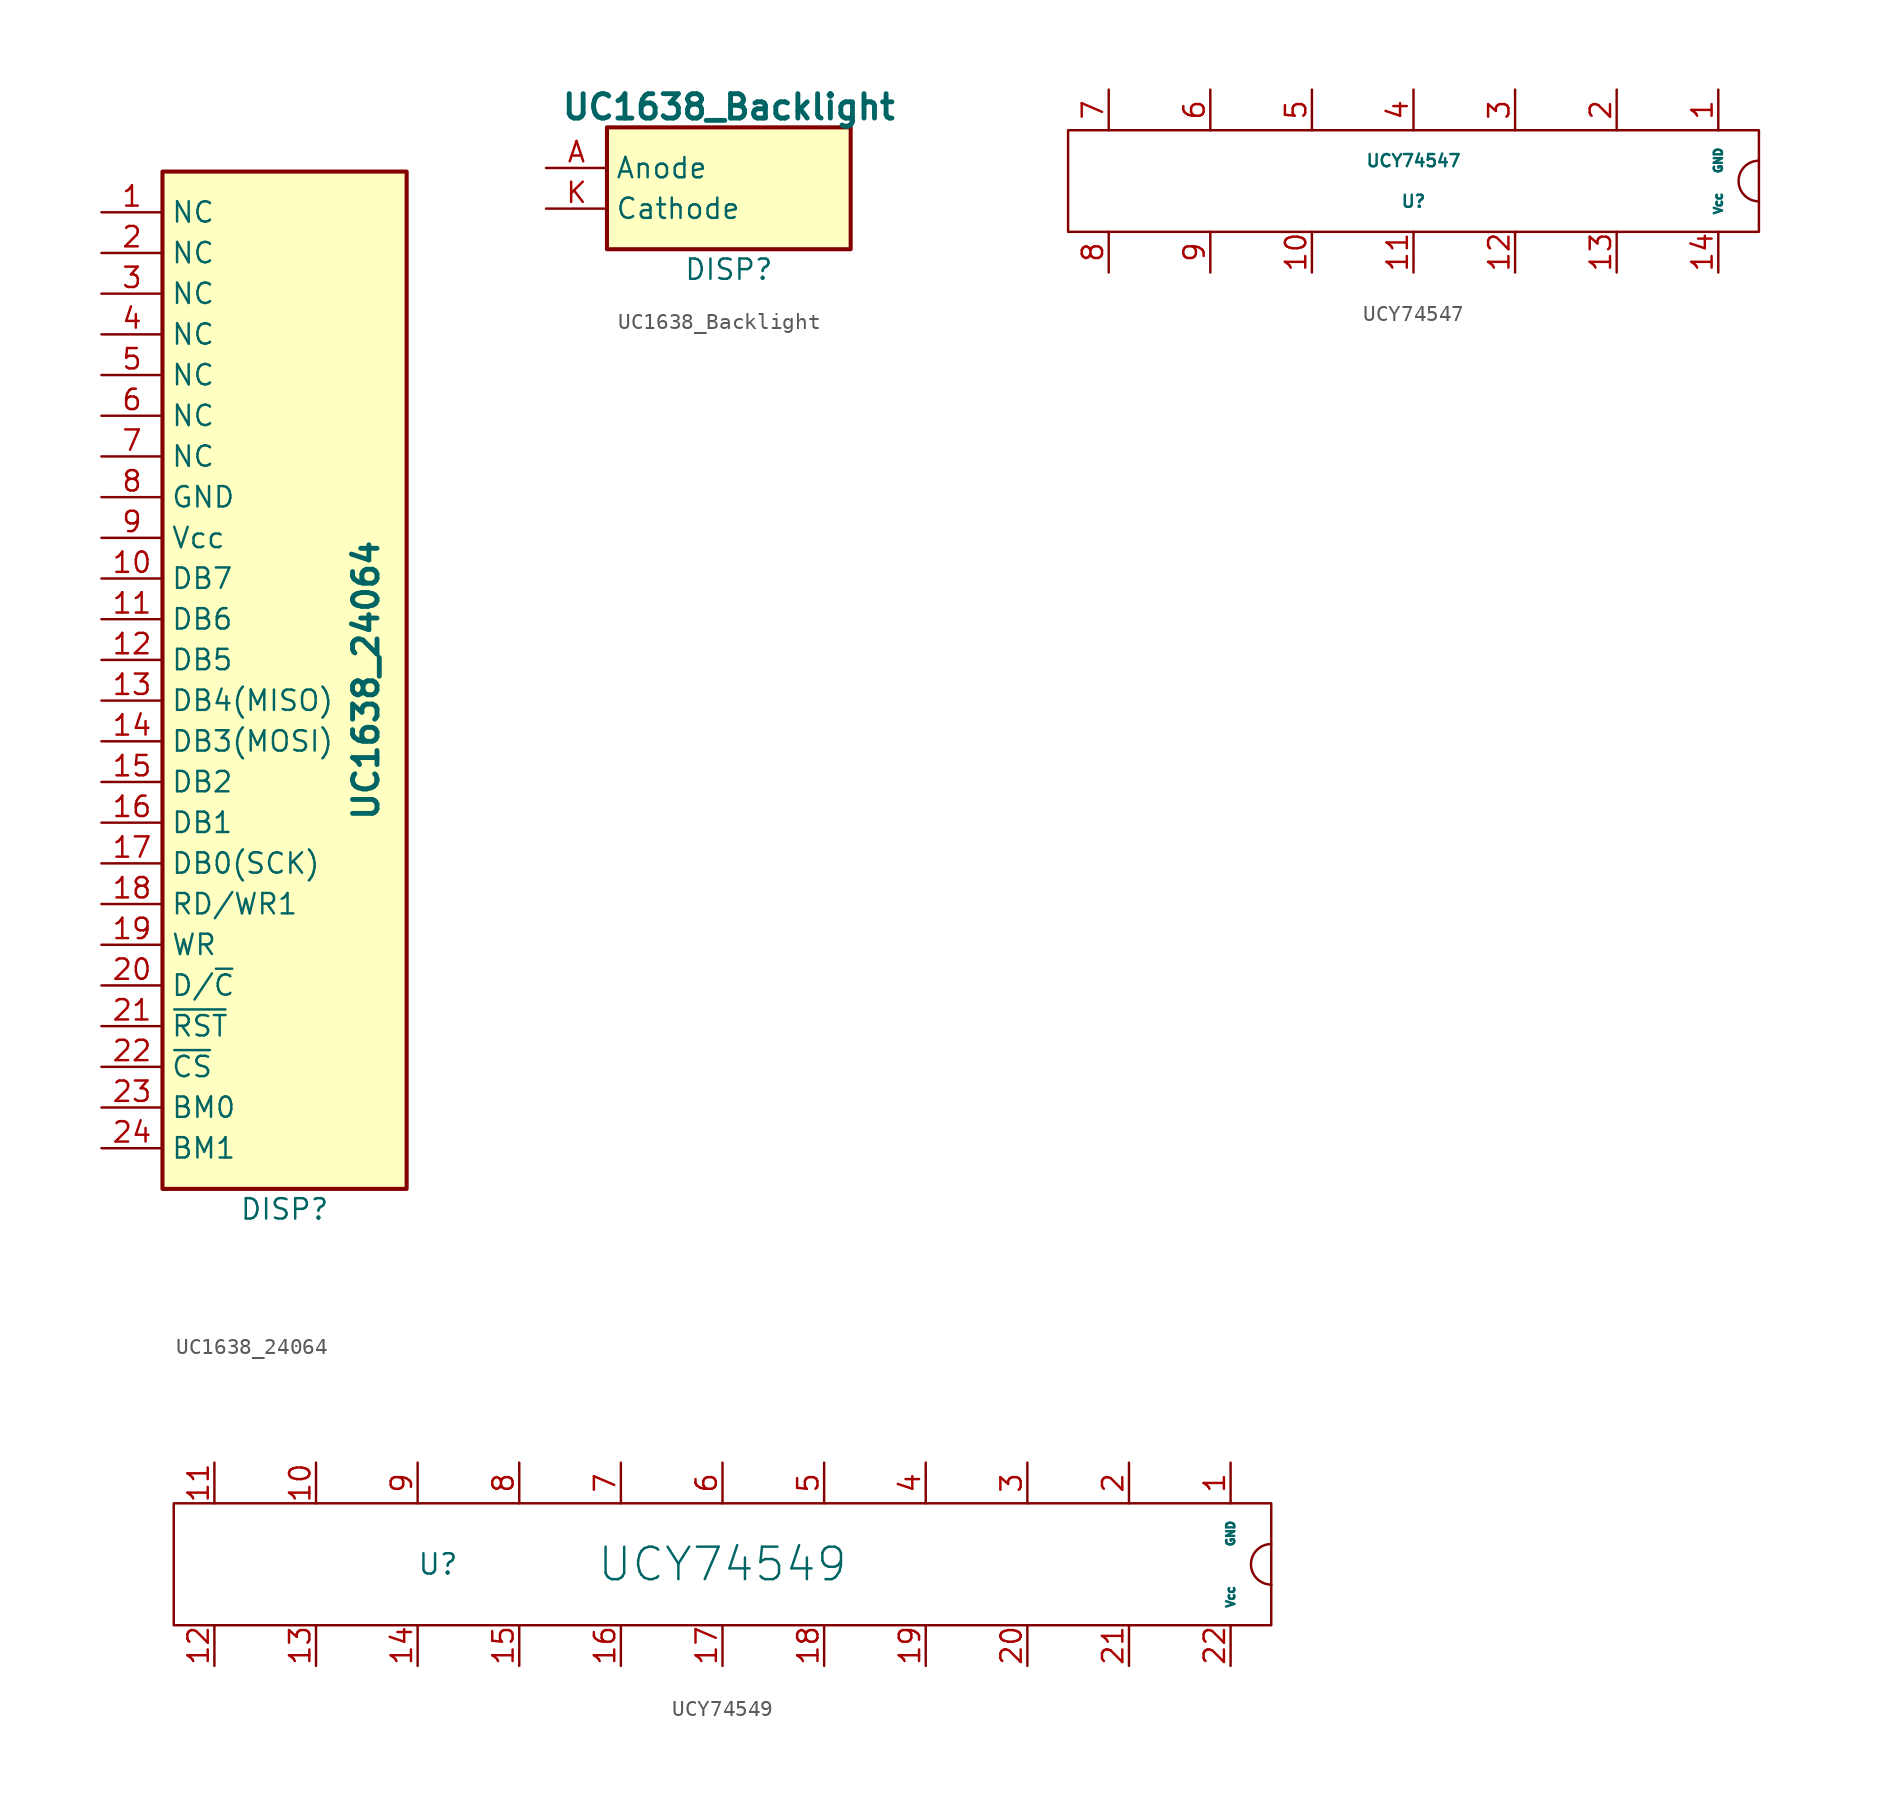
<source format=kicad_sym>
(kicad_symbol_lib
  (version 20231120)
  (generator "kicad_symbol_editor")
  (generator_version "8.0")
  (symbol "UC1638_24064"
    (property "Reference" "DISP"
      (at 0 -33.02 0)
      (effects (font (size 1.27 1.27))))
    (property "Value" "UC1638_24064"
      (at 5.08 0 90)
      (effects (font (size 1.524 1.524) (bold yes))))
    (symbol "UC1638_24064_1_1"
      (rectangle (start -7.62 31.75) (end 7.62 -31.75) (stroke (width 0.254) (type default)) (fill (type background)))
      (pin passive line (at -11.43 29.21 0) (length 3.81) (name "NC" (effects (font (size 1.27 1.27)))) (number "1" (effects (font (size 1.27 1.27)))))
      (pin passive line (at -11.43 6.35 0) (length 3.81) (name "DB7" (effects (font (size 1.27 1.27)))) (number "10" (effects (font (size 1.27 1.27)))))
      (pin passive line (at -11.43 3.81 0) (length 3.81) (name "DB6" (effects (font (size 1.27 1.27)))) (number "11" (effects (font (size 1.27 1.27)))))
      (pin passive line (at -11.43 1.27 0) (length 3.81) (name "DB5" (effects (font (size 1.27 1.27)))) (number "12" (effects (font (size 1.27 1.27)))))
      (pin passive line (at -11.43 -1.27 0) (length 3.81) (name "DB4(MISO)" (effects (font (size 1.27 1.27)))) (number "13" (effects (font (size 1.27 1.27)))))
      (pin passive line (at -11.43 -3.81 0) (length 3.81) (name "DB3(MOSI)" (effects (font (size 1.27 1.27)))) (number "14" (effects (font (size 1.27 1.27)))))
      (pin passive line (at -11.43 -6.35 0) (length 3.81) (name "DB2" (effects (font (size 1.27 1.27)))) (number "15" (effects (font (size 1.27 1.27)))))
      (pin passive line (at -11.43 -8.89 0) (length 3.81) (name "DB1" (effects (font (size 1.27 1.27)))) (number "16" (effects (font (size 1.27 1.27)))))
      (pin passive line (at -11.43 -11.43 0) (length 3.81) (name "DB0(SCK)" (effects (font (size 1.27 1.27)))) (number "17" (effects (font (size 1.27 1.27)))))
      (pin passive line (at -11.43 -13.97 0) (length 3.81) (name "RD/WR1" (effects (font (size 1.27 1.27)))) (number "18" (effects (font (size 1.27 1.27)))))
      (pin passive line (at -11.43 -16.51 0) (length 3.81) (name "WR" (effects (font (size 1.27 1.27)))) (number "19" (effects (font (size 1.27 1.27)))))
      (pin passive line (at -11.43 26.67 0) (length 3.81) (name "NC" (effects (font (size 1.27 1.27)))) (number "2" (effects (font (size 1.27 1.27)))))
      (pin passive line (at -11.43 -19.05 0) (length 3.81) (name "D/~{C}" (effects (font (size 1.27 1.27)))) (number "20" (effects (font (size 1.27 1.27)))))
      (pin passive line (at -11.43 -21.59 0) (length 3.81) (name "~{RST}" (effects (font (size 1.27 1.27)))) (number "21" (effects (font (size 1.27 1.27)))))
      (pin passive line (at -11.43 -24.13 0) (length 3.81) (name "~{CS}" (effects (font (size 1.27 1.27)))) (number "22" (effects (font (size 1.27 1.27)))))
      (pin passive line (at -11.43 -26.67 0) (length 3.81) (name "BM0" (effects (font (size 1.27 1.27)))) (number "23" (effects (font (size 1.27 1.27)))))
      (pin passive line (at -11.43 -29.21 0) (length 3.81) (name "BM1" (effects (font (size 1.27 1.27)))) (number "24" (effects (font (size 1.27 1.27)))))
      (pin passive line (at -11.43 24.13 0) (length 3.81) (name "NC" (effects (font (size 1.27 1.27)))) (number "3" (effects (font (size 1.27 1.27)))))
      (pin passive line (at -11.43 21.59 0) (length 3.81) (name "NC" (effects (font (size 1.27 1.27)))) (number "4" (effects (font (size 1.27 1.27)))))
      (pin passive line (at -11.43 19.05 0) (length 3.81) (name "NC" (effects (font (size 1.27 1.27)))) (number "5" (effects (font (size 1.27 1.27)))))
      (pin passive line (at -11.43 16.51 0) (length 3.81) (name "NC" (effects (font (size 1.27 1.27)))) (number "6" (effects (font (size 1.27 1.27)))))
      (pin passive line (at -11.43 13.97 0) (length 3.81) (name "NC" (effects (font (size 1.27 1.27)))) (number "7" (effects (font (size 1.27 1.27)))))
      (pin passive line (at -11.43 11.43 0) (length 3.81) (name "GND" (effects (font (size 1.27 1.27)))) (number "8" (effects (font (size 1.27 1.27)))))
      (pin passive line (at -11.43 8.89 0) (length 3.81) (name "Vcc" (effects (font (size 1.27 1.27)))) (number "9" (effects (font (size 1.27 1.27)))))))
  (symbol "UC1638_Backlight"
    (property "Reference" "DISP"
      (at 0 -5.08 0)
      (effects (font (size 1.27 1.27))))
    (property "Value" "UC1638_Backlight"
      (at 0 5.08 0)
      (effects (font (size 1.524 1.524) (bold yes))))
    (symbol "UC1638_Backlight_1_1"
      (rectangle (start -7.62 3.81) (end 7.62 -3.81) (stroke (width 0.254) (type default)) (fill (type background)))
      (pin passive line (at -11.43 1.27 0) (length 3.81) (name "Anode" (effects (font (size 1.27 1.27)))) (number "A" (effects (font (size 1.27 1.27)))))
      (pin passive line (at -11.43 -1.27 0) (length 3.81) (name "Cathode" (effects (font (size 1.27 1.27)))) (number "K" (effects (font (size 1.27 1.27)))))))
  (symbol "UCY74547"
    (pin_names
      (offset 1.016))
    (property "Reference" "U"
      (at 0 -1.27 0)
      (effects (font (size 0.762 0.762))))
    (property "Value" "UCY74547"
      (at 0 1.27 0)
      (effects (font (size 0.762 0.762))))
    (property "Footprint" ""
      (at 0 0 0)
      (effects (font (size 1.524 1.524))))
    (property "Datasheet" ""
      (at 0 0 0)
      (effects (font (size 1.524 1.524))))
    (symbol "UCY74547_0_1"
      (arc (start 21.59 1.27) (mid 20.3255 0) (end 21.59 -1.27) (stroke (width 0) (type default)) (fill (type none)))
      (rectangle (start 21.59 3.175) (end -21.59 -3.175) (stroke (width 0) (type default)) (fill (type none))))
    (symbol "UCY74547_1_1"
      (pin power_out line (at 19.05 5.715 270) (length 2.54) (name "GND" (effects (font (size 0.508 0.508)))) (number "1" (effects (font (size 1.27 1.27)))))
      (pin passive line (at -6.35 -5.715 90) (length 2.54) (name "~" (effects (font (size 1.27 1.27)))) (number "10" (effects (font (size 1.27 1.27)))))
      (pin passive line (at 0 -5.715 90) (length 2.54) (name "~" (effects (font (size 1.27 1.27)))) (number "11" (effects (font (size 1.27 1.27)))))
      (pin passive line (at 6.35 -5.715 90) (length 2.54) (name "~" (effects (font (size 1.27 1.27)))) (number "12" (effects (font (size 1.27 1.27)))))
      (pin passive line (at 12.7 -5.715 90) (length 2.54) (name "~" (effects (font (size 1.27 1.27)))) (number "13" (effects (font (size 1.27 1.27)))))
      (pin power_in line (at 19.05 -5.715 90) (length 2.54) (name "Vcc" (effects (font (size 0.508 0.508)))) (number "14" (effects (font (size 1.27 1.27)))))
      (pin passive line (at 12.7 5.715 270) (length 2.54) (name "~" (effects (font (size 1.27 1.27)))) (number "2" (effects (font (size 1.27 1.27)))))
      (pin passive line (at 6.35 5.715 270) (length 2.54) (name "~" (effects (font (size 1.27 1.27)))) (number "3" (effects (font (size 1.27 1.27)))))
      (pin passive line (at 0 5.715 270) (length 2.54) (name "~" (effects (font (size 1.27 1.27)))) (number "4" (effects (font (size 1.27 1.27)))))
      (pin passive line (at -6.35 5.715 270) (length 2.54) (name "~" (effects (font (size 1.27 1.27)))) (number "5" (effects (font (size 1.27 1.27)))))
      (pin passive line (at -12.7 5.715 270) (length 2.54) (name "~" (effects (font (size 1.27 1.27)))) (number "6" (effects (font (size 1.27 1.27)))))
      (pin passive line (at -19.05 5.715 270) (length 2.54) (name "~" (effects (font (size 1.27 1.27)))) (number "7" (effects (font (size 1.27 1.27)))))
      (pin passive line (at -19.05 -5.715 90) (length 2.54) (name "~" (effects (font (size 1.27 1.27)))) (number "8" (effects (font (size 1.27 1.27)))))
      (pin passive line (at -12.7 -5.715 90) (length 2.54) (name "~" (effects (font (size 1.27 1.27)))) (number "9" (effects (font (size 1.27 1.27)))))))
  (symbol "UCY74549"
    (pin_names
      (offset 1.016))
    (property "Reference" "U"
      (at -17.78 0 0)
      (effects (font (size 1.27 1.27))))
    (property "Value" "UCY74549"
      (at 0 0 0)
      (effects (font (size 2.032 2.032))))
    (property "Footprint" ""
      (at 0 0 0)
      (effects (font (size 1.524 1.524))))
    (property "Datasheet" ""
      (at 0 0 0)
      (effects (font (size 1.524 1.524))))
    (symbol "UCY74549_0_1"
      (rectangle (start -34.29 3.81) (end 34.29 -3.81) (stroke (width 0) (type default)) (fill (type none)))
      (arc (start 34.29 1.27) (mid 33.0255 0) (end 34.29 -1.27) (stroke (width 0) (type default)) (fill (type none))))
    (symbol "UCY74549_1_1"
      (pin power_in line (at 31.75 6.35 270) (length 2.54) (name "GND" (effects (font (size 0.508 0.508)))) (number "1" (effects (font (size 1.27 1.27)))))
      (pin passive line (at -25.4 6.35 270) (length 2.54) (name "~" (effects (font (size 1.27 1.27)))) (number "10" (effects (font (size 1.27 1.27)))))
      (pin passive line (at -31.75 6.35 270) (length 2.54) (name "~" (effects (font (size 1.27 1.27)))) (number "11" (effects (font (size 1.27 1.27)))))
      (pin passive line (at -31.75 -6.35 90) (length 2.54) (name "~" (effects (font (size 1.27 1.27)))) (number "12" (effects (font (size 1.27 1.27)))))
      (pin passive line (at -25.4 -6.35 90) (length 2.54) (name "~" (effects (font (size 1.27 1.27)))) (number "13" (effects (font (size 1.27 1.27)))))
      (pin passive line (at -19.05 -6.35 90) (length 2.54) (name "~" (effects (font (size 1.27 1.27)))) (number "14" (effects (font (size 1.27 1.27)))))
      (pin passive line (at -12.7 -6.35 90) (length 2.54) (name "~" (effects (font (size 1.27 1.27)))) (number "15" (effects (font (size 1.27 1.27)))))
      (pin passive line (at -6.35 -6.35 90) (length 2.54) (name "~" (effects (font (size 1.27 1.27)))) (number "16" (effects (font (size 1.27 1.27)))))
      (pin passive line (at 0 -6.35 90) (length 2.54) (name "~" (effects (font (size 1.27 1.27)))) (number "17" (effects (font (size 1.27 1.27)))))
      (pin passive line (at 6.35 -6.35 90) (length 2.54) (name "~" (effects (font (size 1.27 1.27)))) (number "18" (effects (font (size 1.27 1.27)))))
      (pin passive line (at 12.7 -6.35 90) (length 2.54) (name "~" (effects (font (size 1.27 1.27)))) (number "19" (effects (font (size 1.27 1.27)))))
      (pin passive line (at 25.4 6.35 270) (length 2.54) (name "~" (effects (font (size 1.27 1.27)))) (number "2" (effects (font (size 1.27 1.27)))))
      (pin passive line (at 19.05 -6.35 90) (length 2.54) (name "~" (effects (font (size 1.27 1.27)))) (number "20" (effects (font (size 1.27 1.27)))))
      (pin passive line (at 25.4 -6.35 90) (length 2.54) (name "~" (effects (font (size 1.27 1.27)))) (number "21" (effects (font (size 1.27 1.27)))))
      (pin power_in line (at 31.75 -6.35 90) (length 2.54) (name "Vcc" (effects (font (size 0.508 0.508)))) (number "22" (effects (font (size 1.27 1.27)))))
      (pin passive line (at 19.05 6.35 270) (length 2.54) (name "~" (effects (font (size 1.27 1.27)))) (number "3" (effects (font (size 1.27 1.27)))))
      (pin passive line (at 12.7 6.35 270) (length 2.54) (name "~" (effects (font (size 1.27 1.27)))) (number "4" (effects (font (size 1.27 1.27)))))
      (pin passive line (at 6.35 6.35 270) (length 2.54) (name "~" (effects (font (size 1.27 1.27)))) (number "5" (effects (font (size 1.27 1.27)))))
      (pin passive line (at 0 6.35 270) (length 2.54) (name "~" (effects (font (size 1.27 1.27)))) (number "6" (effects (font (size 1.27 1.27)))))
      (pin passive line (at -6.35 6.35 270) (length 2.54) (name "~" (effects (font (size 1.27 1.27)))) (number "7" (effects (font (size 1.27 1.27)))))
      (pin passive line (at -12.7 6.35 270) (length 2.54) (name "~" (effects (font (size 1.27 1.27)))) (number "8" (effects (font (size 1.27 1.27)))))
      (pin passive line (at -19.05 6.35 270) (length 2.54) (name "~" (effects (font (size 1.27 1.27)))) (number "9" (effects (font (size 1.27 1.27))))))))
</source>
